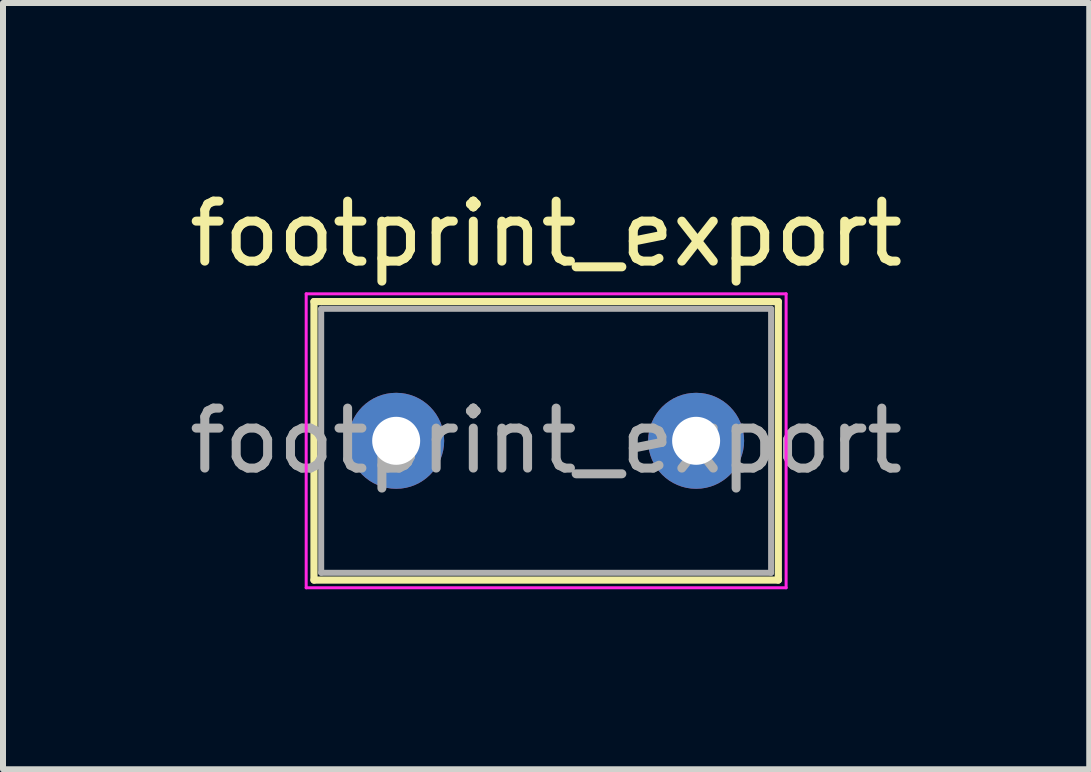
<source format=kicad_pcb>
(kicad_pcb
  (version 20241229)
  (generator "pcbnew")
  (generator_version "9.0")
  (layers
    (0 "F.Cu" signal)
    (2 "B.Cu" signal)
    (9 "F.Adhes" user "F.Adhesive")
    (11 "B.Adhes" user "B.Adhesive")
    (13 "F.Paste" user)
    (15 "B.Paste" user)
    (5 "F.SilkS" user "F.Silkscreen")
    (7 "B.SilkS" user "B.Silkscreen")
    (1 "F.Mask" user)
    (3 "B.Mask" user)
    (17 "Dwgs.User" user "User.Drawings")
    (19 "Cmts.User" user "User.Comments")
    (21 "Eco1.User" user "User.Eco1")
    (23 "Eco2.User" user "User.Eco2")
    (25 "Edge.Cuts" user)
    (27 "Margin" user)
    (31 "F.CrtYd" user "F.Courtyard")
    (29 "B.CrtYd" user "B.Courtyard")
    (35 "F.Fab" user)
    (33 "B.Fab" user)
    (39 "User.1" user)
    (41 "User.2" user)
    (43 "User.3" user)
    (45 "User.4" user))
  (footprint "footprint_export"
    (layer "F.Cu")
    (at 3.554 4.298)
    (property "Reference" "footprint_export" (at 2.5 -3.45 0) (layer "F.SilkS") (effects (font (size 1 1) (thickness 0.15))))
    (attr through_hole)
    (fp_line (start -1.37 -2.321) (end -1.37 2.321) (stroke (width 0.12) (type solid)) (layer "F.SilkS"))
    (fp_line (start -1.37 -2.321) (end 6.37 -2.321) (stroke (width 0.12) (type solid)) (layer "F.SilkS"))
    (fp_line (start -1.37 2.321) (end 6.37 2.321) (stroke (width 0.12) (type solid)) (layer "F.SilkS"))
    (fp_line (start 6.37 -2.321) (end 6.37 2.321) (stroke (width 0.12) (type solid)) (layer "F.SilkS"))
    (fp_line (start -1.5 -2.45) (end -1.5 2.45) (stroke (width 0.05) (type solid)) (layer "F.CrtYd"))
    (fp_line (start -1.5 2.45) (end 6.5 2.45) (stroke (width 0.05) (type solid)) (layer "F.CrtYd"))
    (fp_line (start 6.5 -2.45) (end -1.5 -2.45) (stroke (width 0.05) (type solid)) (layer "F.CrtYd"))
    (fp_line (start 6.5 2.45) (end 6.5 -2.45) (stroke (width 0.05) (type solid)) (layer "F.CrtYd"))
    (fp_line (start -1.25 -2.2) (end -1.25 2.2) (stroke (width 0.1) (type solid)) (layer "F.Fab"))
    (fp_line (start -1.25 2.2) (end 6.25 2.2) (stroke (width 0.1) (type solid)) (layer "F.Fab"))
    (fp_line (start 6.25 -2.2) (end -1.25 -2.2) (stroke (width 0.1) (type solid)) (layer "F.Fab"))
    (fp_line (start 6.25 2.2) (end 6.25 -2.2) (stroke (width 0.1) (type solid)) (layer "F.Fab"))
    (fp_text user "${REFERENCE}" (at 2.5 0 0) (layer "F.Fab") (effects (font (size 1 1) (thickness 0.15))))
    (pad "1" thru_hole circle (at 0 0) (size 1.6 1.6) (drill 0.8) (layers "*.Cu" "*.Mask"))
    (pad "2" thru_hole circle (at 5 0) (size 1.6 1.6) (drill 0.8) (layers "*.Cu" "*.Mask")))
  (gr_rect
    (start -3 -3)
    (end 15.107 9.773)
    (stroke (width 0.1) (type default))
    (fill no)
    (layer "Edge.Cuts")))
</source>
